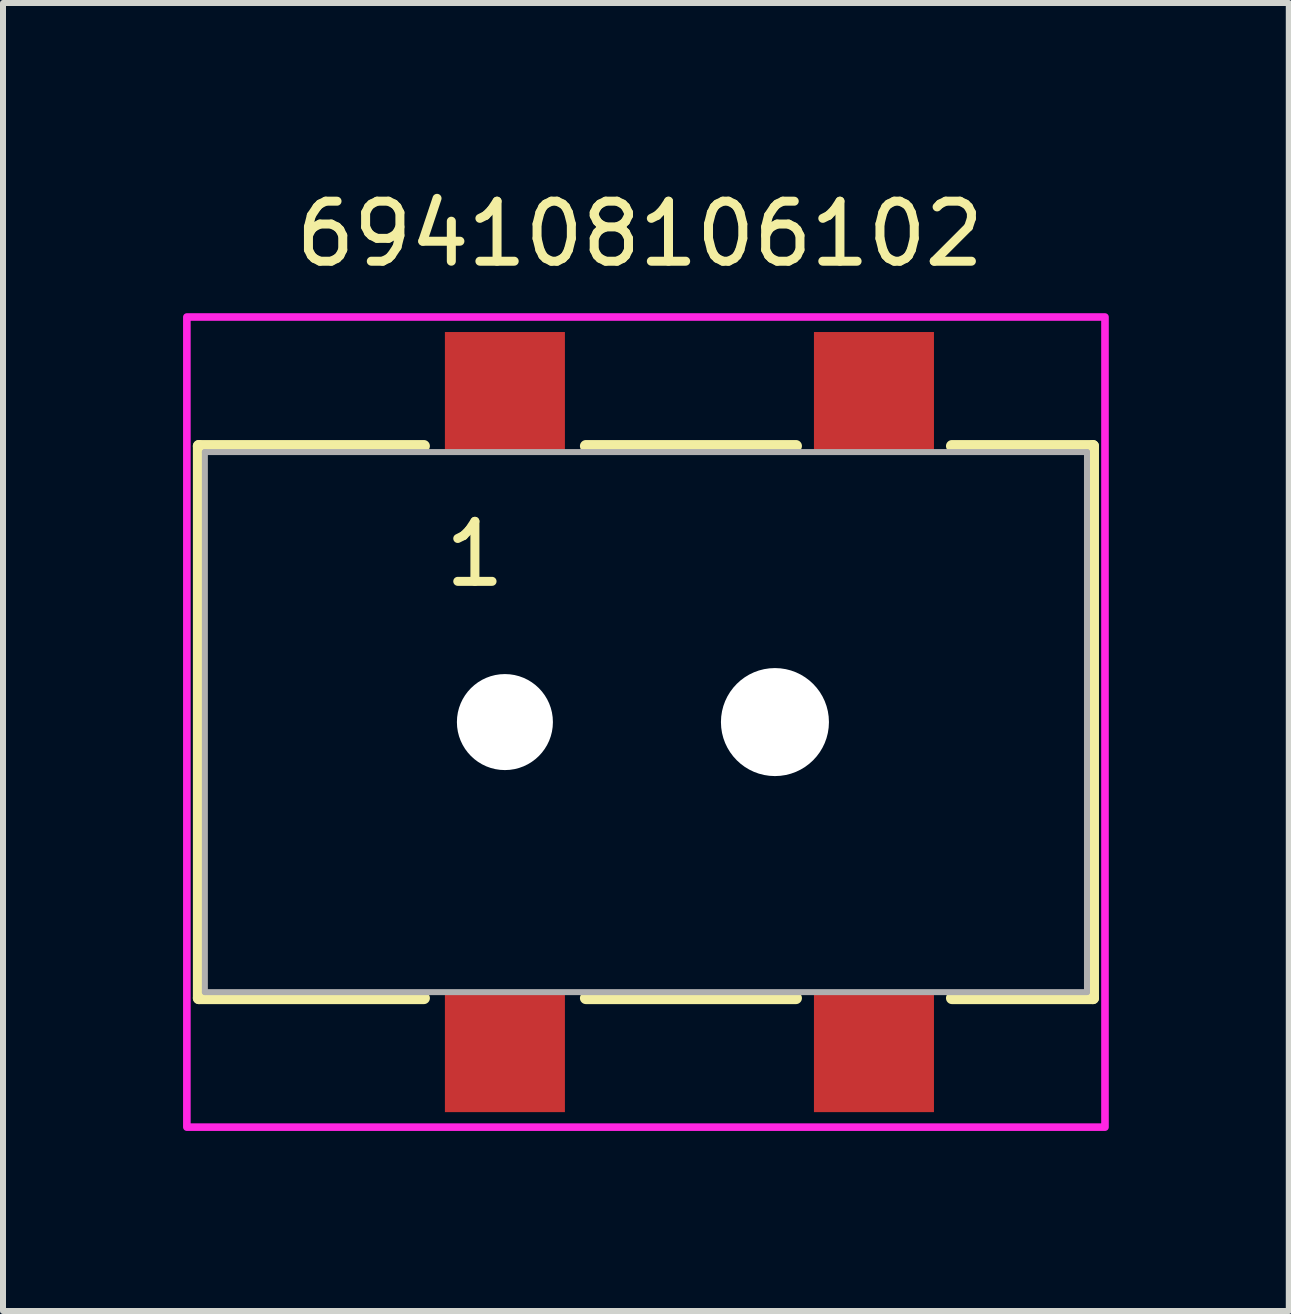
<source format=kicad_pcb>
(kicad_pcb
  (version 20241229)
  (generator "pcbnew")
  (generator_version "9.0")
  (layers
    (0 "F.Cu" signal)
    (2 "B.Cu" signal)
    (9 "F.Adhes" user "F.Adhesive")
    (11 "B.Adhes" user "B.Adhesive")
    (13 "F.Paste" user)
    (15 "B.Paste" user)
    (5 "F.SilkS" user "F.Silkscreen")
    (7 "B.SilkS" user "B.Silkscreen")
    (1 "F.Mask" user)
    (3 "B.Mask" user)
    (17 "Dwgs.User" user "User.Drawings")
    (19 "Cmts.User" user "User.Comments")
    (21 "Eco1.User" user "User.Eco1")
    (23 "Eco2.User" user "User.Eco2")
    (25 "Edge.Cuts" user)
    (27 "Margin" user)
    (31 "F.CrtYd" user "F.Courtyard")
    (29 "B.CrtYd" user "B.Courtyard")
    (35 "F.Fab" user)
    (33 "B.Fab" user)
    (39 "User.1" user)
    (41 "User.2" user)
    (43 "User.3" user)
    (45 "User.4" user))
  (footprint "694108106102"
    (layer "F.Cu")
    (at 7.614 8.983)
    (property "Reference" "694108106102" (at 0 -8.135 0) (layer "F.SilkS") (effects (font (size 1 1) (thickness 0.15))))
    (attr smd)
    (fp_line (start -7.35 -4.6) (end -7.35 4.6) (stroke (width 0.2) (type solid)) (layer "F.SilkS"))
    (fp_line (start -7.35 4.6) (end -3.6 4.6) (stroke (width 0.2) (type solid)) (layer "F.SilkS"))
    (fp_line (start -3.6 -4.6) (end -7.35 -4.6) (stroke (width 0.2) (type solid)) (layer "F.SilkS"))
    (fp_line (start -0.9 -4.6) (end 2.6 -4.6) (stroke (width 0.2) (type solid)) (layer "F.SilkS"))
    (fp_line (start -0.9 4.6) (end 2.6 4.6) (stroke (width 0.2) (type solid)) (layer "F.SilkS"))
    (fp_line (start 5.2 -4.6) (end 7.55 -4.6) (stroke (width 0.2) (type solid)) (layer "F.SilkS"))
    (fp_line (start 7.55 -4.6) (end 7.55 4.6) (stroke (width 0.2) (type solid)) (layer "F.SilkS"))
    (fp_line (start 7.55 4.6) (end 5.2 4.6) (stroke (width 0.2) (type solid)) (layer "F.SilkS"))
    (fp_poly (pts (xy -7.55 -6.75) (xy 7.75 -6.75) (xy 7.75 6.75) (xy -7.55 6.75)) (stroke (width 0.127) (type solid)) (fill no) (layer "F.CrtYd"))
    (fp_line (start -7.25 -4.5) (end 7.45 -4.5) (stroke (width 0.1) (type solid)) (layer "F.Fab"))
    (fp_line (start -7.25 4.5) (end -7.25 -4.5) (stroke (width 0.1) (type solid)) (layer "F.Fab"))
    (fp_line (start -7.25 4.5) (end 7.45 4.5) (stroke (width 0.1) (type solid)) (layer "F.Fab"))
    (fp_line (start 7.45 4.5) (end 7.45 -4.5) (stroke (width 0.1) (type solid)) (layer "F.Fab"))
    (fp_text user "1" (at -2.75 -2.8 0) (layer "F.SilkS") (effects (font (size 1 1) (thickness 0.15))))
    (pad "" np_thru_hole circle (at -2.25 0) (size 1.6 1.6) (drill 1.6) (layers "*.Cu" "*.Mask"))
    (pad "" np_thru_hole circle (at 2.25 0) (size 1.8 1.8) (drill 1.8) (layers "*.Cu" "*.Mask"))
    (pad "1" smd rect (at -2.25 -5.5) (size 2 2) (layers "F.Cu" "F.Mask" "F.Paste"))
    (pad "2" smd rect (at -2.25 5.5) (size 2 2) (layers "F.Cu" "F.Mask" "F.Paste"))
    (pad "3" smd rect (at 3.9 5.5) (size 2 2) (layers "F.Cu" "F.Mask" "F.Paste"))
    (pad "A1" smd rect (at 3.9 -5.5) (size 2 2) (layers "F.Cu" "F.Mask" "F.Paste")))
  (gr_rect
    (start -3 -3)
    (end 18.427 18.797)
    (stroke (width 0.1) (type default))
    (fill no)
    (layer "Edge.Cuts")))
</source>
